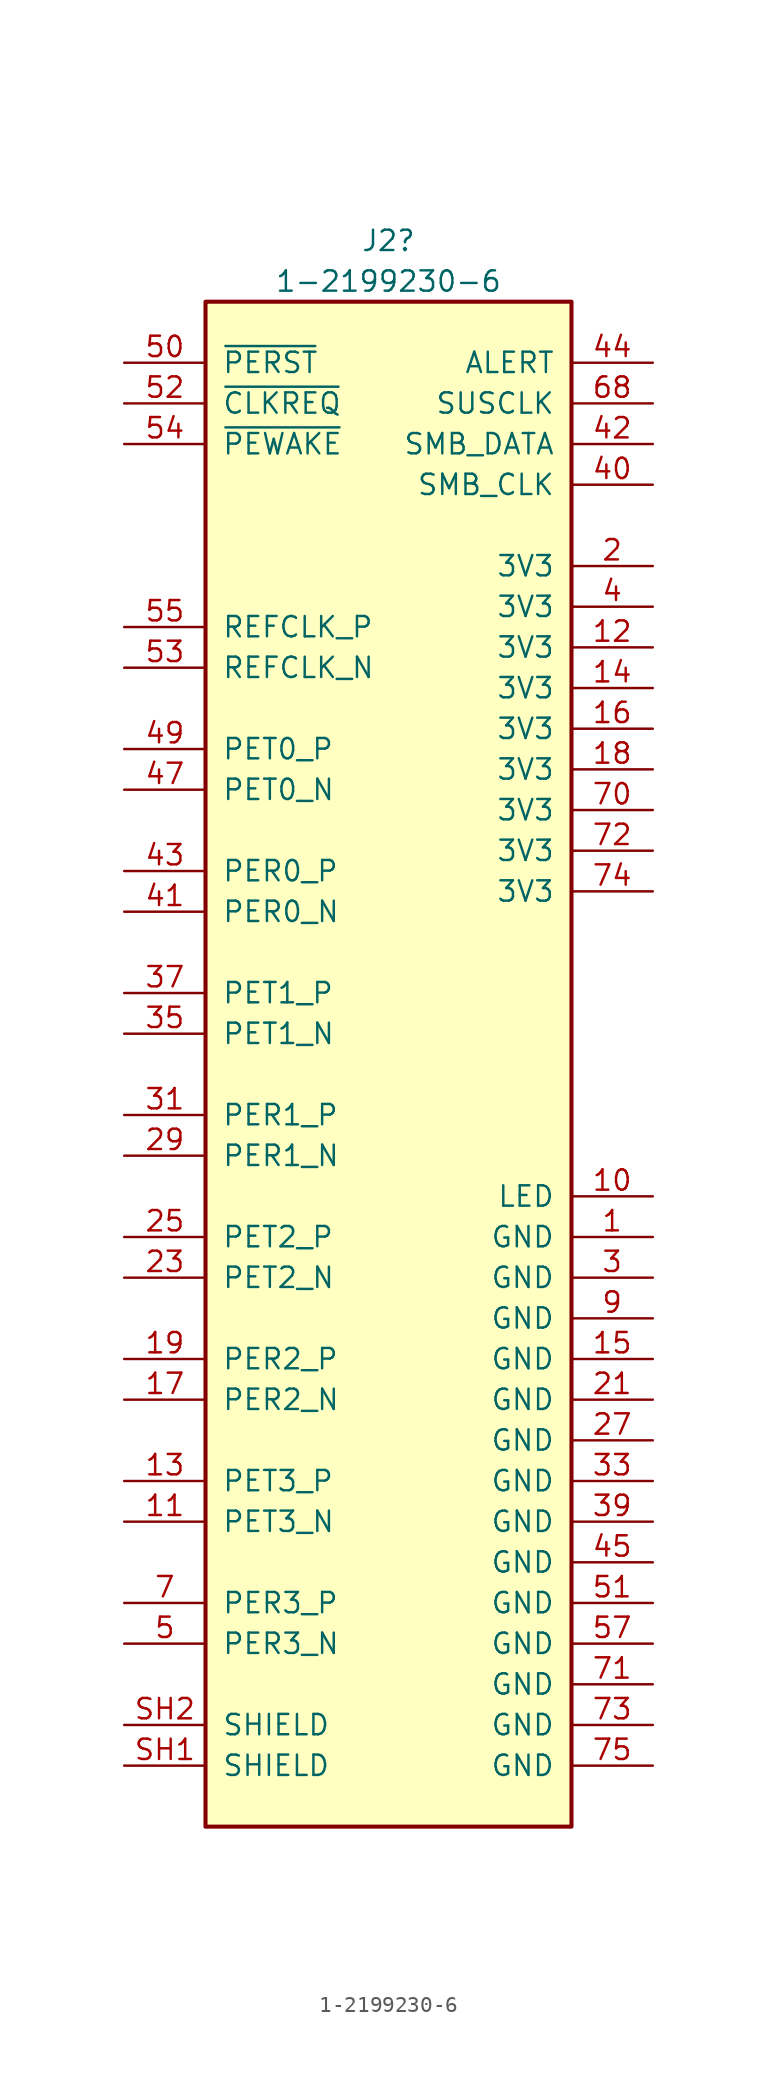
<source format=kicad_sym>
(kicad_symbol_lib
  (version 20220914)
  (generator kicad_symbol_editor)
  (symbol "1-2199230-6"
    (pin_names
      (offset 1.016))
    (property "Reference" "J2"
      (at 0 69.85 0)
      (effects (font (size 1.27 1.27))))
    (property "Value" "1-2199230-6"
      (at 0 67.31 0)
      (effects (font (size 1.27 1.27))))
    (symbol "1-2199230-6_0_1"
      (rectangle (start -11.43 66.04) (end 11.43 -29.21) (stroke (width 0.254) (type default)) (fill (type background)))
      (pin passive line (at 16.51 7.62 180) (length 5.08) (name "GND" (effects (font (size 1.27 1.27)))) (number "1" (effects (font (size 1.27 1.27)))))
      (pin passive line (at 16.51 10.16 180) (length 5.08) (name "LED" (effects (font (size 1.27 1.27)))) (number "10" (effects (font (size 1.27 1.27)))))
      (pin passive line (at -16.51 -10.16 0) (length 5.08) (name "PET3_N" (effects (font (size 1.27 1.27)))) (number "11" (effects (font (size 1.27 1.27)))))
      (pin passive line (at 16.51 44.45 180) (length 5.08) (name "3V3" (effects (font (size 1.27 1.27)))) (number "12" (effects (font (size 1.27 1.27)))))
      (pin passive line (at -16.51 -7.62 0) (length 5.08) (name "PET3_P" (effects (font (size 1.27 1.27)))) (number "13" (effects (font (size 1.27 1.27)))))
      (pin passive line (at 16.51 41.91 180) (length 5.08) (name "3V3" (effects (font (size 1.27 1.27)))) (number "14" (effects (font (size 1.27 1.27)))))
      (pin passive line (at 16.51 0 180) (length 5.08) (name "GND" (effects (font (size 1.27 1.27)))) (number "15" (effects (font (size 1.27 1.27)))))
      (pin passive line (at 16.51 39.37 180) (length 5.08) (name "3V3" (effects (font (size 1.27 1.27)))) (number "16" (effects (font (size 1.27 1.27)))))
      (pin passive line (at -16.51 -2.54 0) (length 5.08) (name "PER2_N" (effects (font (size 1.27 1.27)))) (number "17" (effects (font (size 1.27 1.27)))))
      (pin passive line (at 16.51 36.83 180) (length 5.08) (name "3V3" (effects (font (size 1.27 1.27)))) (number "18" (effects (font (size 1.27 1.27)))))
      (pin passive line (at -16.51 0 0) (length 5.08) (name "PER2_P" (effects (font (size 1.27 1.27)))) (number "19" (effects (font (size 1.27 1.27)))))
      (pin passive line (at 16.51 49.53 180) (length 5.08) (name "3V3" (effects (font (size 1.27 1.27)))) (number "2" (effects (font (size 1.27 1.27)))))
      (pin no_connect line (at -11.43 50.8 0) (length 5.08) hide (name "NC" (effects (font (size 1.27 1.27)))) (number "20" (effects (font (size 1.27 1.27)))))
      (pin passive line (at 16.51 -2.54 180) (length 5.08) (name "GND" (effects (font (size 1.27 1.27)))) (number "21" (effects (font (size 1.27 1.27)))))
      (pin no_connect line (at -11.43 49.53 0) (length 5.08) hide (name "NC" (effects (font (size 1.27 1.27)))) (number "22" (effects (font (size 1.27 1.27)))))
      (pin passive line (at -16.51 5.08 0) (length 5.08) (name "PET2_N" (effects (font (size 1.27 1.27)))) (number "23" (effects (font (size 1.27 1.27)))))
      (pin no_connect line (at -11.43 52.07 0) (length 5.08) hide (name "NC" (effects (font (size 1.27 1.27)))) (number "24" (effects (font (size 1.27 1.27)))))
      (pin passive line (at -16.51 7.62 0) (length 5.08) (name "PET2_P" (effects (font (size 1.27 1.27)))) (number "25" (effects (font (size 1.27 1.27)))))
      (pin no_connect line (at 11.43 16.51 180) (length 5.08) hide (name "NC" (effects (font (size 1.27 1.27)))) (number "26" (effects (font (size 1.27 1.27)))))
      (pin passive line (at 16.51 -5.08 180) (length 5.08) (name "GND" (effects (font (size 1.27 1.27)))) (number "27" (effects (font (size 1.27 1.27)))))
      (pin no_connect line (at 11.43 17.78 180) (length 5.08) hide (name "NC" (effects (font (size 1.27 1.27)))) (number "28" (effects (font (size 1.27 1.27)))))
      (pin passive line (at -16.51 12.7 0) (length 5.08) (name "PER1_N" (effects (font (size 1.27 1.27)))) (number "29" (effects (font (size 1.27 1.27)))))
      (pin passive line (at 16.51 5.08 180) (length 5.08) (name "GND" (effects (font (size 1.27 1.27)))) (number "3" (effects (font (size 1.27 1.27)))))
      (pin no_connect line (at 11.43 19.05 180) (length 5.08) hide (name "NC" (effects (font (size 1.27 1.27)))) (number "30" (effects (font (size 1.27 1.27)))))
      (pin passive line (at -16.51 15.24 0) (length 5.08) (name "PER1_P" (effects (font (size 1.27 1.27)))) (number "31" (effects (font (size 1.27 1.27)))))
      (pin no_connect line (at 11.43 20.32 180) (length 5.08) hide (name "NC" (effects (font (size 1.27 1.27)))) (number "32" (effects (font (size 1.27 1.27)))))
      (pin passive line (at 16.51 -7.62 180) (length 5.08) (name "GND" (effects (font (size 1.27 1.27)))) (number "33" (effects (font (size 1.27 1.27)))))
      (pin no_connect line (at 11.43 21.59 180) (length 5.08) hide (name "NC" (effects (font (size 1.27 1.27)))) (number "34" (effects (font (size 1.27 1.27)))))
      (pin passive line (at -16.51 20.32 0) (length 5.08) (name "PET1_N" (effects (font (size 1.27 1.27)))) (number "35" (effects (font (size 1.27 1.27)))))
      (pin no_connect line (at 11.43 22.86 180) (length 5.08) hide (name "NC" (effects (font (size 1.27 1.27)))) (number "36" (effects (font (size 1.27 1.27)))))
      (pin passive line (at -16.51 22.86 0) (length 5.08) (name "PET1_P" (effects (font (size 1.27 1.27)))) (number "37" (effects (font (size 1.27 1.27)))))
      (pin no_connect line (at 11.43 24.13 180) (length 5.08) hide (name "NC" (effects (font (size 1.27 1.27)))) (number "38" (effects (font (size 1.27 1.27)))))
      (pin passive line (at 16.51 -10.16 180) (length 5.08) (name "GND" (effects (font (size 1.27 1.27)))) (number "39" (effects (font (size 1.27 1.27)))))
      (pin passive line (at 16.51 46.99 180) (length 5.08) (name "3V3" (effects (font (size 1.27 1.27)))) (number "4" (effects (font (size 1.27 1.27)))))
      (pin passive line (at 16.51 54.61 180) (length 5.08) (name "SMB_CLK" (effects (font (size 1.27 1.27)))) (number "40" (effects (font (size 1.27 1.27)))))
      (pin passive line (at -16.51 27.94 0) (length 5.08) (name "PER0_N" (effects (font (size 1.27 1.27)))) (number "41" (effects (font (size 1.27 1.27)))))
      (pin passive line (at 16.51 57.15 180) (length 5.08) (name "SMB_DATA" (effects (font (size 1.27 1.27)))) (number "42" (effects (font (size 1.27 1.27)))))
      (pin passive line (at -16.51 30.48 0) (length 5.08) (name "PER0_P" (effects (font (size 1.27 1.27)))) (number "43" (effects (font (size 1.27 1.27)))))
      (pin passive line (at 16.51 62.23 180) (length 5.08) (name "ALERT" (effects (font (size 1.27 1.27)))) (number "44" (effects (font (size 1.27 1.27)))))
      (pin passive line (at 16.51 -12.7 180) (length 5.08) (name "GND" (effects (font (size 1.27 1.27)))) (number "45" (effects (font (size 1.27 1.27)))))
      (pin no_connect line (at -11.43 40.64 0) (length 5.08) hide (name "NC" (effects (font (size 1.27 1.27)))) (number "46" (effects (font (size 1.27 1.27)))))
      (pin passive line (at -16.51 35.56 0) (length 5.08) (name "PET0_N" (effects (font (size 1.27 1.27)))) (number "47" (effects (font (size 1.27 1.27)))))
      (pin no_connect line (at -11.43 41.91 0) (length 5.08) hide (name "NC" (effects (font (size 1.27 1.27)))) (number "48" (effects (font (size 1.27 1.27)))))
      (pin passive line (at -16.51 38.1 0) (length 5.08) (name "PET0_P" (effects (font (size 1.27 1.27)))) (number "49" (effects (font (size 1.27 1.27)))))
      (pin passive line (at -16.51 -17.78 0) (length 5.08) (name "PER3_N" (effects (font (size 1.27 1.27)))) (number "5" (effects (font (size 1.27 1.27)))))
      (pin passive line (at -16.51 62.23 0) (length 5.08) (name "~{PERST}" (effects (font (size 1.27 1.27)))) (number "50" (effects (font (size 1.27 1.27)))))
      (pin passive line (at 16.51 -15.24 180) (length 5.08) (name "GND" (effects (font (size 1.27 1.27)))) (number "51" (effects (font (size 1.27 1.27)))))
      (pin passive line (at -16.51 59.69 0) (length 5.08) (name "~{CLKREQ}" (effects (font (size 1.27 1.27)))) (number "52" (effects (font (size 1.27 1.27)))))
      (pin passive line (at -16.51 43.18 0) (length 5.08) (name "REFCLK_N" (effects (font (size 1.27 1.27)))) (number "53" (effects (font (size 1.27 1.27)))))
      (pin passive line (at -16.51 57.15 0) (length 5.08) (name "~{PEWAKE}" (effects (font (size 1.27 1.27)))) (number "54" (effects (font (size 1.27 1.27)))))
      (pin passive line (at -16.51 45.72 0) (length 5.08) (name "REFCLK_P" (effects (font (size 1.27 1.27)))) (number "55" (effects (font (size 1.27 1.27)))))
      (pin no_connect line (at -11.43 46.99 0) (length 5.08) hide (name "NC" (effects (font (size 1.27 1.27)))) (number "56" (effects (font (size 1.27 1.27)))))
      (pin passive line (at 16.51 -17.78 180) (length 5.08) (name "GND" (effects (font (size 1.27 1.27)))) (number "57" (effects (font (size 1.27 1.27)))))
      (pin no_connect line (at -11.43 48.26 0) (length 5.08) hide (name "NC" (effects (font (size 1.27 1.27)))) (number "58" (effects (font (size 1.27 1.27)))))
      (pin no_connect line (at -11.43 33.02 0) (length 5.08) hide (name "NC" (effects (font (size 1.27 1.27)))) (number "6" (effects (font (size 1.27 1.27)))))
      (pin no_connect line (at 11.43 25.4 180) (length 5.08) hide (name "NC" (effects (font (size 1.27 1.27)))) (number "67" (effects (font (size 1.27 1.27)))))
      (pin passive line (at 16.51 59.69 180) (length 5.08) (name "SUSCLK" (effects (font (size 1.27 1.27)))) (number "68" (effects (font (size 1.27 1.27)))))
      (pin no_connect line (at 11.43 26.67 180) (length 5.08) hide (name "NC" (effects (font (size 1.27 1.27)))) (number "69" (effects (font (size 1.27 1.27)))))
      (pin passive line (at -16.51 -15.24 0) (length 5.08) (name "PER3_P" (effects (font (size 1.27 1.27)))) (number "7" (effects (font (size 1.27 1.27)))))
      (pin passive line (at 16.51 34.29 180) (length 5.08) (name "3V3" (effects (font (size 1.27 1.27)))) (number "70" (effects (font (size 1.27 1.27)))))
      (pin passive line (at 16.51 -20.32 180) (length 5.08) (name "GND" (effects (font (size 1.27 1.27)))) (number "71" (effects (font (size 1.27 1.27)))))
      (pin passive line (at 16.51 31.75 180) (length 5.08) (name "3V3" (effects (font (size 1.27 1.27)))) (number "72" (effects (font (size 1.27 1.27)))))
      (pin passive line (at 16.51 -22.86 180) (length 5.08) (name "GND" (effects (font (size 1.27 1.27)))) (number "73" (effects (font (size 1.27 1.27)))))
      (pin passive line (at 16.51 29.21 180) (length 5.08) (name "3V3" (effects (font (size 1.27 1.27)))) (number "74" (effects (font (size 1.27 1.27)))))
      (pin passive line (at 16.51 -25.4 180) (length 5.08) (name "GND" (effects (font (size 1.27 1.27)))) (number "75" (effects (font (size 1.27 1.27)))))
      (pin no_connect line (at -11.43 34.29 0) (length 5.08) hide (name "NC" (effects (font (size 1.27 1.27)))) (number "8" (effects (font (size 1.27 1.27)))))
      (pin passive line (at 16.51 2.54 180) (length 5.08) (name "GND" (effects (font (size 1.27 1.27)))) (number "9" (effects (font (size 1.27 1.27)))))
      (pin passive line (at -16.51 -25.4 0) (length 5.08) (name "SHIELD" (effects (font (size 1.27 1.27)))) (number "SH1" (effects (font (size 1.27 1.27)))))
      (pin passive line (at -16.51 -22.86 0) (length 5.08) (name "SHIELD" (effects (font (size 1.27 1.27)))) (number "SH2" (effects (font (size 1.27 1.27))))))))
</source>
